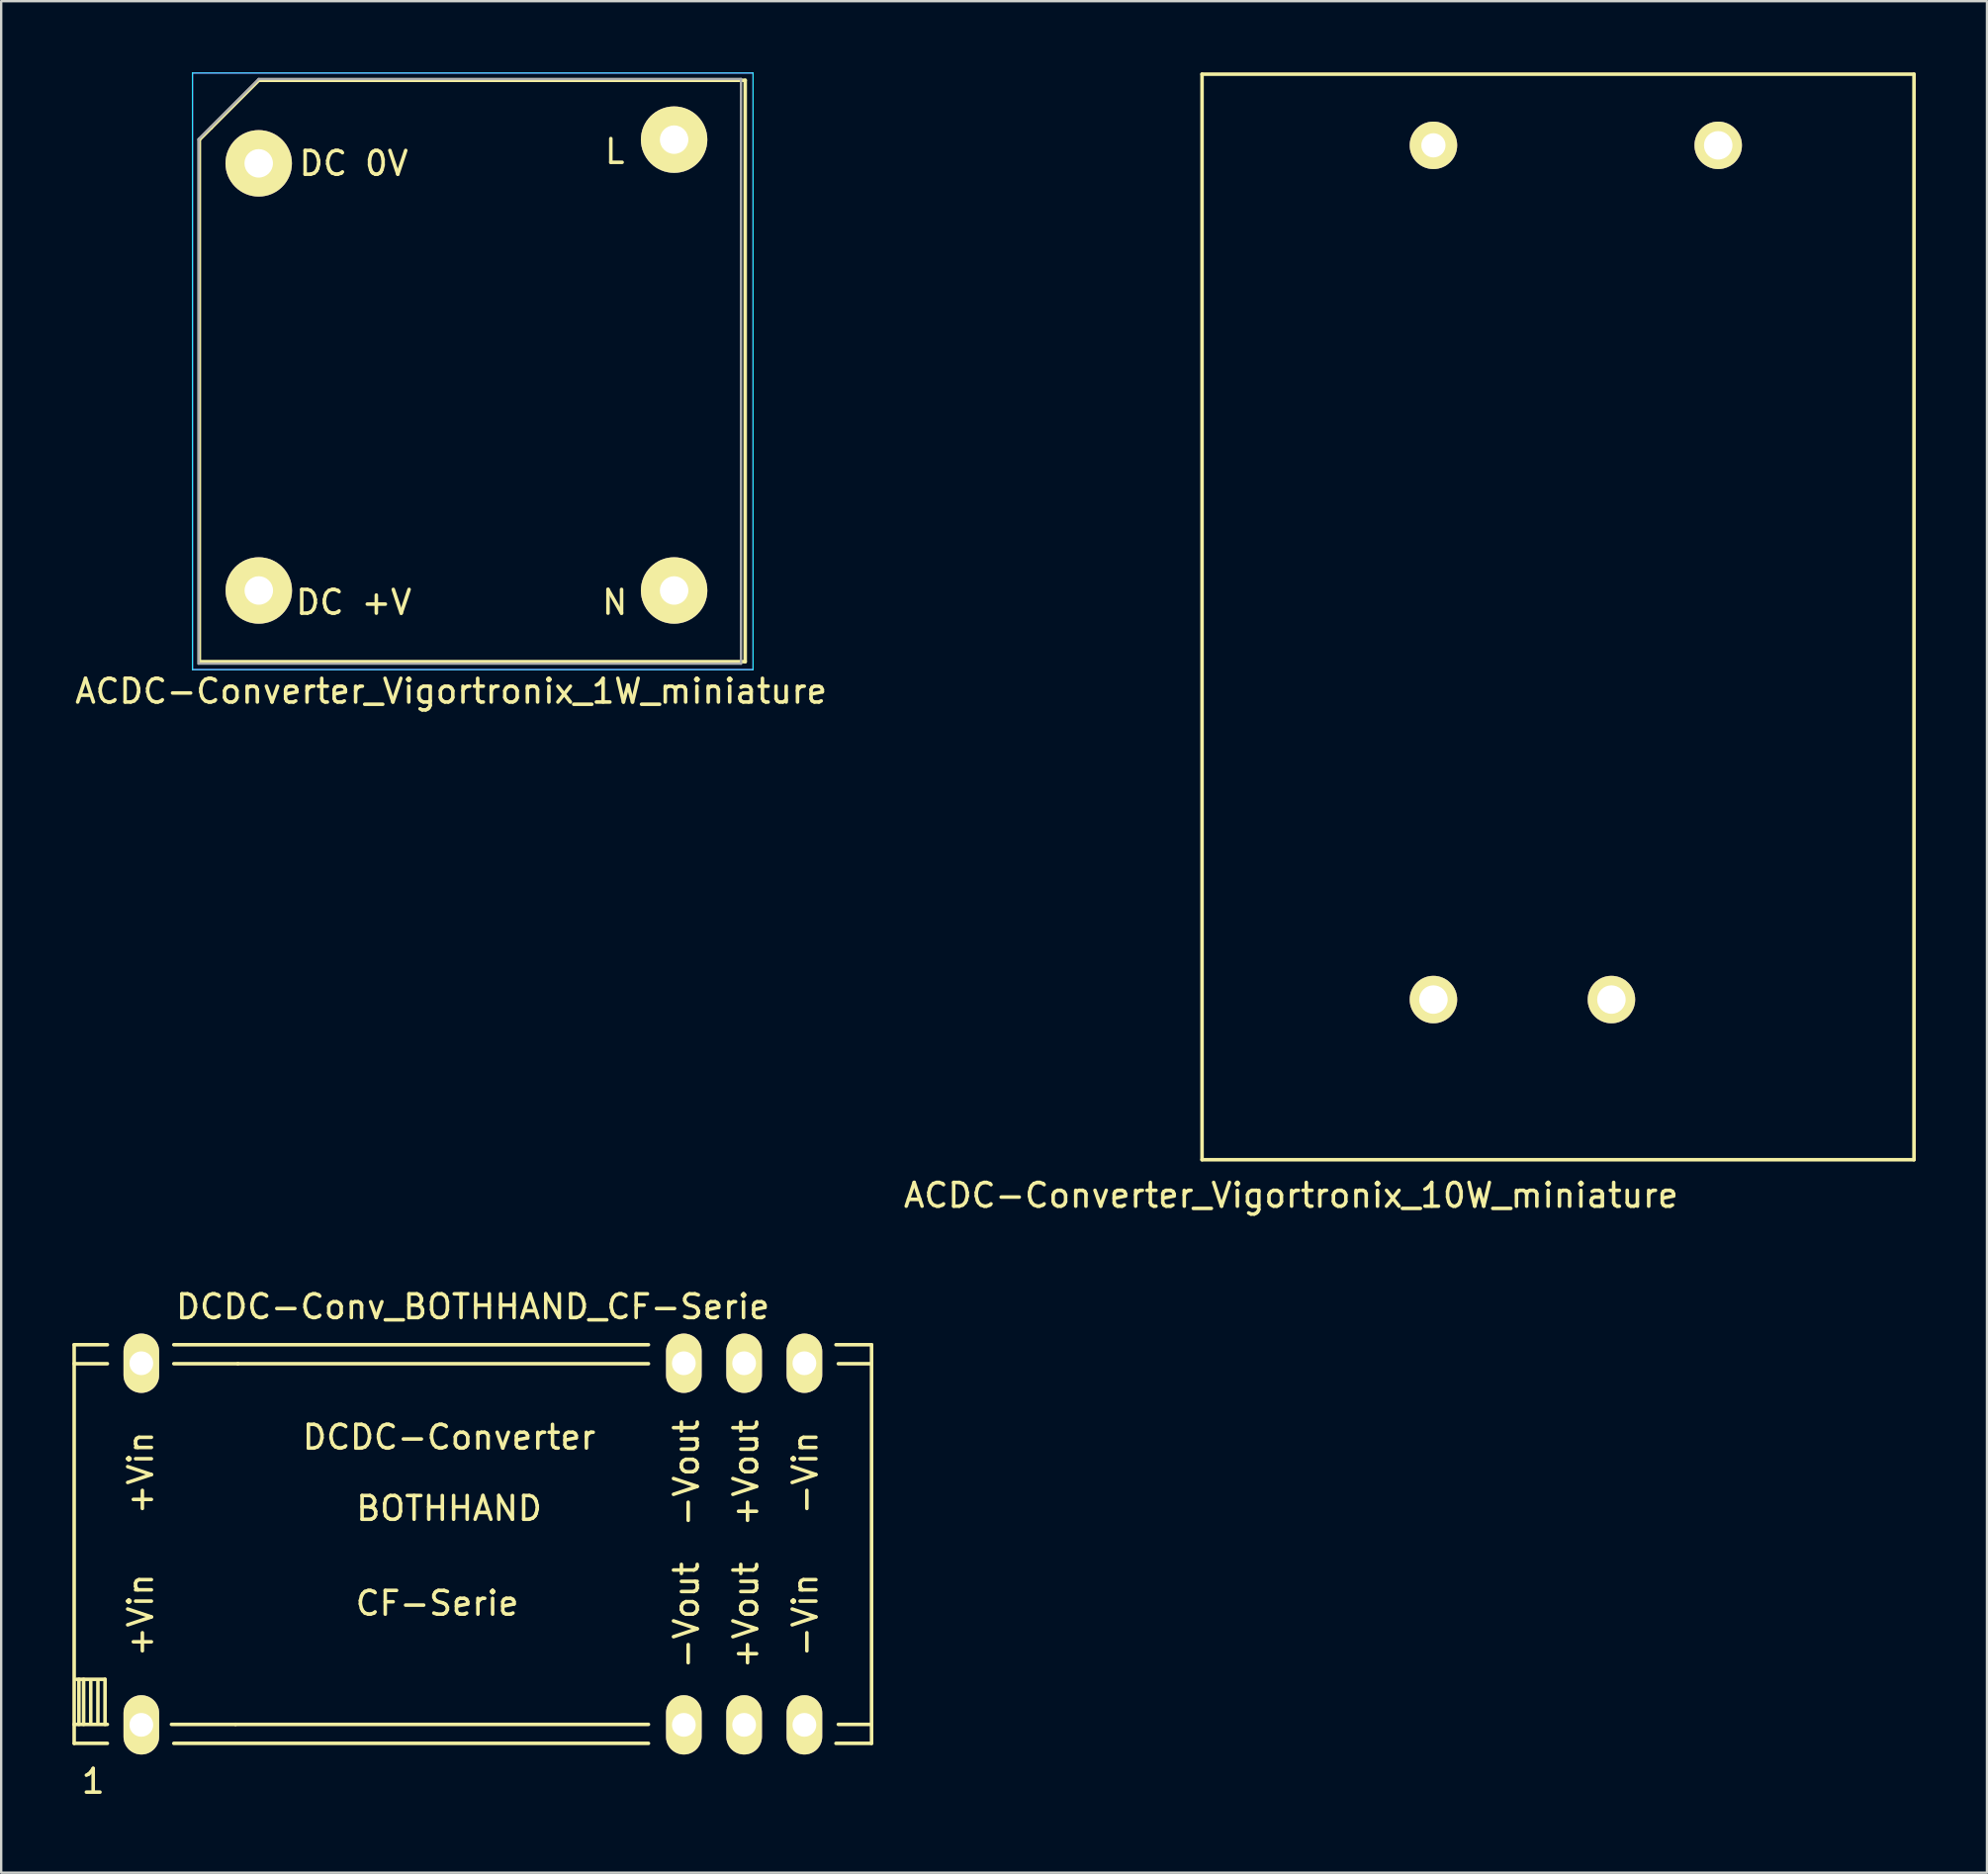
<source format=kicad_pcb>
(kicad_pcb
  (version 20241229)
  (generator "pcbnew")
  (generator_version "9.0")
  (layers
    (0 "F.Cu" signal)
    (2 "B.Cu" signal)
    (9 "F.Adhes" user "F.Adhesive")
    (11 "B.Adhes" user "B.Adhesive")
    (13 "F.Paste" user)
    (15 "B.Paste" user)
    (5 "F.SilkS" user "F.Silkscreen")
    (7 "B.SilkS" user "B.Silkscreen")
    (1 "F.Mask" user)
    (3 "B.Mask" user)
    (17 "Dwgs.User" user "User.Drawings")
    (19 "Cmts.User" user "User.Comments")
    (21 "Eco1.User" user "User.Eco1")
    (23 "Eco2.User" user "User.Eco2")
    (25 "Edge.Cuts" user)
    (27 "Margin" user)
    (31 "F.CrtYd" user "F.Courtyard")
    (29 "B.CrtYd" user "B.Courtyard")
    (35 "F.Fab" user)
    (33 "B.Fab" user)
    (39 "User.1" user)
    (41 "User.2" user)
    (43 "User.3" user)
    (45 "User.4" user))
  (footprint "ACDC-Converter_Vigortronix_1W_miniature"
    (layer "F.Cu")
    (at 7.855 3.835)
    (property "Reference" "ACDC-Converter_Vigortronix_1W_miniature" (at 8.104 22.245 0) (layer "F.SilkS") (effects (font (size 1 1) (thickness 0.15))))
    (attr through_hole)
    (fp_line (start -2.504 -1.001) (end -2.504 20.999) (stroke (width 0.15) (type solid)) (layer "F.SilkS"))
    (fp_line (start -2.504 20.999) (end 20.496 20.999) (stroke (width 0.15) (type solid)) (layer "F.SilkS"))
    (fp_line (start -2.004 -1.501) (end -2.504 -1.001) (stroke (width 0.15) (type solid)) (layer "F.SilkS"))
    (fp_line (start -0.004 -3.501) (end -2.004 -1.501) (stroke (width 0.15) (type solid)) (layer "F.SilkS"))
    (fp_line (start 20.496 -3.501) (end -0.004 -3.501) (stroke (width 0.15) (type solid)) (layer "F.SilkS"))
    (fp_line (start 20.496 20.999) (end 20.496 -3.501) (stroke (width 0.15) (type solid)) (layer "F.SilkS"))
    (fp_line (start -2.794 -3.81) (end 20.828 -3.81) (stroke (width 0.05) (type solid)) (layer "B.CrtYd"))
    (fp_line (start -2.794 21.336) (end -2.794 -3.81) (stroke (width 0.05) (type solid)) (layer "B.CrtYd"))
    (fp_line (start 20.828 -3.81) (end 20.828 21.336) (stroke (width 0.05) (type solid)) (layer "B.CrtYd"))
    (fp_line (start 20.828 21.336) (end -2.794 21.336) (stroke (width 0.05) (type solid)) (layer "B.CrtYd"))
    (fp_line (start -2.794 -3.81) (end 20.828 -3.81) (stroke (width 0.05) (type solid)) (layer "F.CrtYd"))
    (fp_line (start -2.794 21.336) (end -2.794 -3.81) (stroke (width 0.05) (type solid)) (layer "F.CrtYd"))
    (fp_line (start 20.828 -3.81) (end 20.828 21.336) (stroke (width 0.05) (type solid)) (layer "F.CrtYd"))
    (fp_line (start 20.828 21.336) (end -2.794 21.336) (stroke (width 0.05) (type solid)) (layer "F.CrtYd"))
    (fp_line (start -2.54 -1.016) (end 0 -3.556) (stroke (width 0.1) (type solid)) (layer "F.Fab"))
    (fp_line (start -2.54 21.082) (end -2.54 -1.016) (stroke (width 0.1) (type solid)) (layer "F.Fab"))
    (fp_line (start 0 -3.556) (end 20.32 -3.556) (stroke (width 0.1) (type solid)) (layer "F.Fab"))
    (fp_line (start 20.32 -3.556) (end 20.32 21.082) (stroke (width 0.1) (type solid)) (layer "F.Fab"))
    (fp_line (start 20.32 21.082) (end -2.54 21.082) (stroke (width 0.1) (type solid)) (layer "F.Fab"))
    (fp_text user "DC +V" (at 4 18.5 0) (layer "F.SilkS") (effects (font (size 1 1) (thickness 0.15))))
    (fp_text user "L" (at 15 -0.5 0) (layer "F.SilkS") (effects (font (size 1 1) (thickness 0.15))))
    (fp_text user "N" (at 15 18.5 0) (layer "F.SilkS") (effects (font (size 1 1) (thickness 0.15))))
    (fp_text user "DC 0V" (at 4 0 0) (layer "F.SilkS") (effects (font (size 1 1) (thickness 0.15))))
    (pad "1" thru_hole circle (at -0.004 -0.001 180) (size 2.8 2.8) (drill 1.2) (layers "*.Cu" "*.Mask" "F.SilkS"))
    (pad "2" thru_hole circle (at 0 18) (size 2.8 2.8) (drill 1.2) (layers "*.Cu" "*.Mask" "F.SilkS"))
    (pad "3" thru_hole circle (at 17.5 18) (size 2.8 2.8) (drill 1.2) (layers "*.Cu" "*.Mask" "F.SilkS"))
    (pad "4" thru_hole circle (at 17.5 -1) (size 2.8 2.8) (drill 1.2) (layers "*.Cu" "*.Mask" "F.SilkS")))
  (footprint "ACDC-Converter_Vigortronix_10W_miniature"
    (layer "F.Cu")
    (at 57.351 3.075)
    (property "Reference" "ACDC-Converter_Vigortronix_10W_miniature" (at -6 44.25 0) (layer "F.SilkS") (effects (font (size 1 1) (thickness 0.15))))
    (attr through_hole)
    (fp_line (start -9.75 42.75) (end -9.75 -3) (stroke (width 0.15) (type solid)) (layer "F.SilkS"))
    (fp_line (start 20.25 -3) (end -9.75 -3) (stroke (width 0.15) (type solid)) (layer "F.SilkS"))
    (fp_line (start 20.25 -3) (end 20.25 42.75) (stroke (width 0.15) (type solid)) (layer "F.SilkS"))
    (fp_line (start 20.25 42.75) (end -9.75 42.75) (stroke (width 0.15) (type solid)) (layer "F.SilkS"))
    (pad "1" thru_hole circle (at 0 0) (size 2 2) (drill 1.02) (layers "*.Cu" "*.Mask" "F.SilkS"))
    (pad "2" thru_hole circle (at 12 0) (size 2 2) (drill 1.2) (layers "*.Cu" "*.Mask" "F.SilkS"))
    (pad "3" thru_hole circle (at 7.5 36) (size 2 2) (drill 1.2) (layers "*.Cu" "*.Mask" "F.SilkS"))
    (pad "4" thru_hole circle (at 0 36) (size 2 2) (drill 1.2) (layers "*.Cu" "*.Mask" "F.SilkS")))
  (footprint "DCDC-Conv_BOTHHAND_CF-Serie"
    (layer "F.Cu")
    (at 16.875 62.021)
    (property "Reference" "DCDC-Conv_BOTHHAND_CF-Serie" (at 0 -10 0) (layer "F.SilkS") (effects (font (size 1 1) (thickness 0.15))))
    (attr through_hole)
    (fp_line (start -16.8 -8.4) (end -15.4 -8.4) (stroke (width 0.15) (type solid)) (layer "F.SilkS"))
    (fp_line (start -16.8 -7.6) (end -16.8 -8.4) (stroke (width 0.15) (type solid)) (layer "F.SilkS"))
    (fp_line (start -16.8 -7.6) (end -16.8 7.6) (stroke (width 0.15) (type solid)) (layer "F.SilkS"))
    (fp_line (start -16.8 -7.6) (end -15.4 -7.6) (stroke (width 0.15) (type solid)) (layer "F.SilkS"))
    (fp_line (start -16.8 7.6) (end -16.8 8.4) (stroke (width 0.15) (type solid)) (layer "F.SilkS"))
    (fp_line (start -16.8 7.6) (end -15.4 7.6) (stroke (width 0.15) (type solid)) (layer "F.SilkS"))
    (fp_line (start -16.8 8.4) (end -15.4 8.4) (stroke (width 0.15) (type solid)) (layer "F.SilkS"))
    (fp_line (start -16.701 5.7) (end -15.499 5.7) (stroke (width 0.15) (type solid)) (layer "F.SilkS"))
    (fp_line (start -16.599 5.7) (end -16.599 7.6) (stroke (width 0.15) (type solid)) (layer "F.SilkS"))
    (fp_line (start -16.401 5.7) (end -16.401 7.6) (stroke (width 0.15) (type solid)) (layer "F.SilkS"))
    (fp_line (start -16.101 5.799) (end -16.101 7.501) (stroke (width 0.15) (type solid)) (layer "F.SilkS"))
    (fp_line (start -15.799 5.799) (end -15.799 7.501) (stroke (width 0.15) (type solid)) (layer "F.SilkS"))
    (fp_line (start -15.499 5.7) (end -15.499 7.6) (stroke (width 0.15) (type solid)) (layer "F.SilkS"))
    (fp_line (start -10 7.6) (end -12.7 7.6) (stroke (width 0.15) (type solid)) (layer "F.SilkS"))
    (fp_line (start -9.901 -7.6) (end -12.601 -7.6) (stroke (width 0.15) (type solid)) (layer "F.SilkS"))
    (fp_line (start -9.901 -7.6) (end 7.399 -7.6) (stroke (width 0.15) (type solid)) (layer "F.SilkS"))
    (fp_line (start 7.399 -8.4) (end -12.601 -8.4) (stroke (width 0.15) (type solid)) (layer "F.SilkS"))
    (fp_line (start 7.399 7.6) (end -10 7.6) (stroke (width 0.15) (type solid)) (layer "F.SilkS"))
    (fp_line (start 7.399 8.4) (end -12.601 8.4) (stroke (width 0.15) (type solid)) (layer "F.SilkS"))
    (fp_line (start 15.4 -7.6) (end 16.8 -7.6) (stroke (width 0.15) (type solid)) (layer "F.SilkS"))
    (fp_line (start 16.8 -8.4) (end 15.301 -8.4) (stroke (width 0.15) (type solid)) (layer "F.SilkS"))
    (fp_line (start 16.8 -7.6) (end 16.8 -8.4) (stroke (width 0.15) (type solid)) (layer "F.SilkS"))
    (fp_line (start 16.8 7.6) (end 15.4 7.6) (stroke (width 0.15) (type solid)) (layer "F.SilkS"))
    (fp_line (start 16.8 7.6) (end 16.8 -7.6) (stroke (width 0.15) (type solid)) (layer "F.SilkS"))
    (fp_line (start 16.8 7.6) (end 16.8 8.4) (stroke (width 0.15) (type solid)) (layer "F.SilkS"))
    (fp_line (start 16.8 8.4) (end 15.301 8.4) (stroke (width 0.15) (type solid)) (layer "F.SilkS"))
    (fp_text user "-Vin" (at 14 -3 90) (layer "F.SilkS") (effects (font (size 1 1) (thickness 0.15))))
    (fp_text user "-Vout" (at 8.999 3 90) (layer "F.SilkS") (effects (font (size 1 1) (thickness 0.15))))
    (fp_text user "-Vout" (at 8.999 -3 90) (layer "F.SilkS") (effects (font (size 1 1) (thickness 0.15))))
    (fp_text user "+Vin" (at -14 -3 90) (layer "F.SilkS") (effects (font (size 1 1) (thickness 0.15))))
    (fp_text user "DCDC-Converter" (at -1.001 -4.501 0) (layer "F.SilkS") (effects (font (size 1 1) (thickness 0.15))))
    (fp_text user "BOTHHAND" (at -1.001 -1.501 0) (layer "F.SilkS") (effects (font (size 1 1) (thickness 0.15))))
    (fp_text user "-Vin" (at 14 3 90) (layer "F.SilkS") (effects (font (size 1 1) (thickness 0.15))))
    (fp_text user "+Vout" (at 11.501 -3 90) (layer "F.SilkS") (effects (font (size 1 1) (thickness 0.15))))
    (fp_text user "+Vin" (at -14 3 90) (layer "F.SilkS") (effects (font (size 1 1) (thickness 0.15))))
    (fp_text user "+Vout" (at 11.501 3 90) (layer "F.SilkS") (effects (font (size 1 1) (thickness 0.15))))
    (fp_text user "1" (at -15.999 10 0) (layer "F.SilkS") (effects (font (size 1 1) (thickness 0.15))))
    (fp_text user "CF-Serie" (at -1.501 2.499 0) (layer "F.SilkS") (effects (font (size 1 1) (thickness 0.15))))
    (pad "1" thru_hole oval (at -13.97 7.62) (size 1.501 2.499) (drill 1.001) (layers "*.Cu" "*.Mask" "F.SilkS"))
    (pad "10" thru_hole oval (at 8.89 7.62) (size 1.501 2.499) (drill 1.001) (layers "*.Cu" "*.Mask" "F.SilkS"))
    (pad "11" thru_hole oval (at 11.43 7.62) (size 1.501 2.499) (drill 1.001) (layers "*.Cu" "*.Mask" "F.SilkS"))
    (pad "12" thru_hole oval (at 13.97 7.62) (size 1.501 2.499) (drill 1.001) (layers "*.Cu" "*.Mask" "F.SilkS"))
    (pad "13" thru_hole oval (at 13.97 -7.62) (size 1.501 2.499) (drill 1.001) (layers "*.Cu" "*.Mask" "F.SilkS"))
    (pad "14" thru_hole oval (at 11.43 -7.62) (size 1.501 2.499) (drill 1.001) (layers "*.Cu" "*.Mask" "F.SilkS"))
    (pad "15" thru_hole oval (at 8.89 -7.62) (size 1.501 2.499) (drill 1.001) (layers "*.Cu" "*.Mask" "F.SilkS"))
    (pad "24" thru_hole oval (at -13.97 -7.62) (size 1.501 2.499) (drill 1.001) (layers "*.Cu" "*.Mask" "F.SilkS")))
  (gr_rect
    (start -3 -3)
    (end 80.676 75.87)
    (stroke (width 0.1) (type default))
    (fill no)
    (layer "Edge.Cuts")))
</source>
